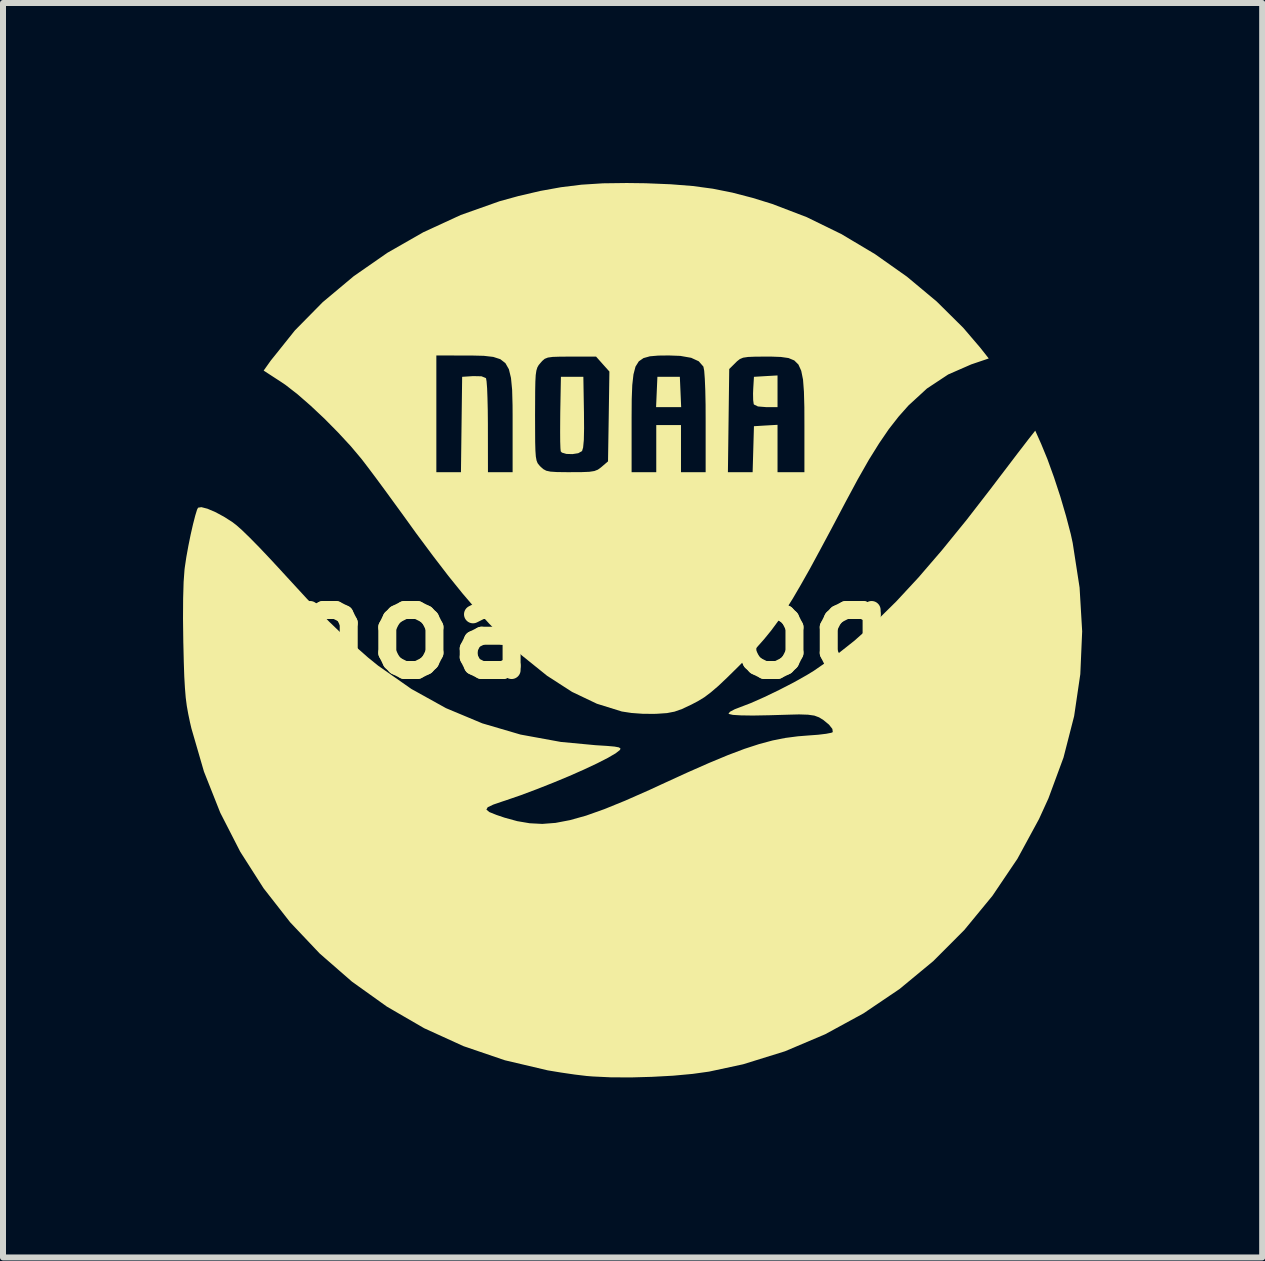
<source format=kicad_pcb>
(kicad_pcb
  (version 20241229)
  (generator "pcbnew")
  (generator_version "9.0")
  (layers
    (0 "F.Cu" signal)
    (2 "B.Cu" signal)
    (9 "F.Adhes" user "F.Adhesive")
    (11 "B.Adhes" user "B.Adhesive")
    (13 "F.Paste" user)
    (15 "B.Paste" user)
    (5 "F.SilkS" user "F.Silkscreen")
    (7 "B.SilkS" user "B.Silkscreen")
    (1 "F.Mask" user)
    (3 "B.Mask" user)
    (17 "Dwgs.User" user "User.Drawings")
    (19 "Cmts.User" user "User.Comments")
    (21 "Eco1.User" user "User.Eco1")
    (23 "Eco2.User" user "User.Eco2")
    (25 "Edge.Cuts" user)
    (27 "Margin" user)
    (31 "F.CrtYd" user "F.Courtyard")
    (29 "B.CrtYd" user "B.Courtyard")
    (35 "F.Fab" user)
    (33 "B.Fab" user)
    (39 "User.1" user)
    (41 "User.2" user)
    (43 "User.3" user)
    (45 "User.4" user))
  (footprint "noaa_logo"
    (layer "F.Cu")
    (at 7.476 7.438)
    (property "Reference" "noaa_logo" (at 0 0 0) (layer "F.SilkS") (effects (font (size 1.5 1.5) (thickness 0.3))))
    (attr board_only exclude_from_pos_files exclude_from_bom)
    (fp_poly (pts (xy 0.815 -3.956) (xy 0.826 -3.703) (xy 0.617 -3.703) (xy 0.408 -3.703) (xy 0.419 -3.956) (xy 0.43 -4.208) (xy 0.617 -4.208) (xy 0.804 -4.208)) (stroke (width 0) (type solid)) (fill yes) (layer "F.SilkS"))
    (fp_poly (pts (xy 2.432 -3.967) (xy 2.432 -3.703) (xy 2.243 -3.703) (xy 2.106 -3.714) (xy 2.04 -3.746) (xy 2.035 -3.755) (xy 2.026 -3.819) (xy 2.024 -3.929) (xy 2.027 -4.007) (xy 2.039 -4.208) (xy 2.235 -4.22) (xy 2.432 -4.231)) (stroke (width 0) (type solid)) (fill yes) (layer "F.SilkS"))
    (fp_poly (pts (xy -0.794 -3.615) (xy -0.792 -3.35) (xy -0.796 -3.156) (xy -0.808 -3.03) (xy -0.826 -2.97) (xy -0.827 -2.97) (xy -0.889 -2.935) (xy -0.986 -2.92) (xy -1.087 -2.923) (xy -1.161 -2.945) (xy -1.181 -2.966) (xy -1.186 -3.018) (xy -1.19 -3.132) (xy -1.191 -3.292) (xy -1.19 -3.485) (xy -1.189 -3.611) (xy -1.178 -4.208) (xy -0.991 -4.208) (xy -0.804 -4.208)) (stroke (width 0) (type solid)) (fill yes) (layer "F.SilkS"))
    (fp_poly (pts (xy 6.826 -3.089) (xy 6.93 -2.836) (xy 7.039 -2.535) (xy 7.146 -2.209) (xy 7.241 -1.885) (xy 7.319 -1.587) (xy 7.351 -1.44) (xy 7.466 -0.695) (xy 7.509 0.033) (xy 7.478 0.747) (xy 7.375 1.447) (xy 7.198 2.137) (xy 6.947 2.817) (xy 6.79 3.161) (xy 6.43 3.824) (xy 6.013 4.442) (xy 5.544 5.012) (xy 5.027 5.53) (xy 4.466 5.994) (xy 3.864 6.401) (xy 3.227 6.748) (xy 2.557 7.032) (xy 1.858 7.249) (xy 1.291 7.371) (xy 1.018 7.409) (xy 0.694 7.439) (xy 0.343 7.458) (xy -0.013 7.468) (xy -0.351 7.466) (xy -0.647 7.452) (xy -0.748 7.444) (xy -0.948 7.42) (xy -1.174 7.387) (xy -1.38 7.353) (xy -1.394 7.351) (xy -2.112 7.182) (xy -2.801 6.947) (xy -3.457 6.648) (xy -4.078 6.288) (xy -4.66 5.872) (xy -5.198 5.403) (xy -5.69 4.883) (xy -6.133 4.316) (xy -6.522 3.707) (xy -6.855 3.057) (xy -7.127 2.371) (xy -7.336 1.651) (xy -7.359 1.553) (xy -7.389 1.41) (xy -7.413 1.276) (xy -7.431 1.136) (xy -7.444 0.977) (xy -7.455 0.786) (xy -7.463 0.548) (xy -7.47 0.251) (xy -7.471 0.22) (xy -7.476 -0.176) (xy -7.474 -0.513) (xy -7.466 -0.788) (xy -7.451 -0.994) (xy -7.446 -1.034) (xy -7.421 -1.202) (xy -7.387 -1.389) (xy -7.349 -1.577) (xy -7.309 -1.752) (xy -7.272 -1.896) (xy -7.242 -1.994) (xy -7.225 -2.027) (xy -7.17 -2.036) (xy -7.069 -2.01) (xy -6.94 -1.955) (xy -6.798 -1.879) (xy -6.659 -1.791) (xy -6.588 -1.737) (xy -6.493 -1.653) (xy -6.36 -1.524) (xy -6.201 -1.362) (xy -6.027 -1.178) (xy -5.849 -0.986) (xy -5.81 -0.943) (xy -5.407 -0.505) (xy -5.039 -0.126) (xy -4.701 0.198) (xy -4.39 0.472) (xy -4.224 0.606) (xy -3.67 0.994) (xy -3.093 1.314) (xy -2.488 1.567) (xy -1.851 1.754) (xy -1.178 1.877) (xy -0.602 1.931) (xy -0.412 1.943) (xy -0.286 1.954) (xy -0.214 1.967) (xy -0.186 1.984) (xy -0.192 2.007) (xy -0.194 2.01) (xy -0.265 2.066) (xy -0.395 2.142) (xy -0.575 2.234) (xy -0.794 2.337) (xy -1.041 2.446) (xy -1.306 2.556) (xy -1.579 2.664) (xy -1.848 2.765) (xy -2.104 2.853) (xy -2.144 2.866) (xy -2.305 2.921) (xy -2.398 2.965) (xy -2.42 3.004) (xy -2.372 3.045) (xy -2.253 3.093) (xy -2.117 3.139) (xy -1.906 3.197) (xy -1.699 3.232) (xy -1.489 3.243) (xy -1.268 3.226) (xy -1.027 3.18) (xy -0.759 3.105) (xy -0.455 2.997) (xy -0.106 2.855) (xy 0.295 2.678) (xy 0.509 2.579) (xy 0.928 2.387) (xy 1.291 2.227) (xy 1.606 2.096) (xy 1.881 1.992) (xy 2.127 1.912) (xy 2.351 1.852) (xy 2.563 1.81) (xy 2.771 1.783) (xy 2.947 1.769) (xy 3.109 1.757) (xy 3.242 1.741) (xy 3.329 1.724) (xy 3.353 1.713) (xy 3.346 1.66) (xy 3.289 1.588) (xy 3.197 1.512) (xy 3.124 1.467) (xy 3.046 1.438) (xy 2.941 1.423) (xy 2.791 1.418) (xy 2.637 1.422) (xy 2.292 1.432) (xy 2.02 1.437) (xy 1.819 1.434) (xy 1.687 1.426) (xy 1.623 1.411) (xy 1.615 1.404) (xy 1.641 1.373) (xy 1.719 1.332) (xy 1.797 1.302) (xy 1.985 1.23) (xy 2.213 1.129) (xy 2.46 1.01) (xy 2.704 0.884) (xy 2.921 0.762) (xy 3.037 0.691) (xy 3.374 0.458) (xy 3.713 0.19) (xy 4.057 -0.116) (xy 4.412 -0.466) (xy 4.781 -0.864) (xy 5.17 -1.316) (xy 5.584 -1.825) (xy 5.981 -2.338) (xy 6.142 -2.55) (xy 6.293 -2.748) (xy 6.425 -2.922) (xy 6.533 -3.062) (xy 6.608 -3.16) (xy 6.638 -3.198) (xy 6.727 -3.311)) (stroke (width 0) (type solid)) (fill yes) (layer "F.SilkS"))
    (fp_poly (pts (xy 0.234 -7.434) (xy 0.653 -7.417) (xy 1.019 -7.388) (xy 1.354 -7.343) (xy 1.679 -7.278) (xy 2.017 -7.19) (xy 2.344 -7.089) (xy 2.919 -6.869) (xy 3.494 -6.588) (xy 4.055 -6.254) (xy 4.589 -5.877) (xy 5.084 -5.464) (xy 5.527 -5.025) (xy 5.806 -4.699) (xy 5.952 -4.514) (xy 5.66 -4.415) (xy 5.276 -4.247) (xy 4.922 -4.013) (xy 4.614 -3.73) (xy 4.449 -3.544) (xy 4.288 -3.338) (xy 4.126 -3.101) (xy 3.954 -2.825) (xy 3.768 -2.498) (xy 3.567 -2.124) (xy 3.341 -1.696) (xy 3.144 -1.328) (xy 2.973 -1.012) (xy 2.821 -0.743) (xy 2.686 -0.512) (xy 2.561 -0.313) (xy 2.443 -0.138) (xy 2.327 0.019) (xy 2.208 0.165) (xy 2.082 0.307) (xy 1.945 0.453) (xy 1.791 0.609) (xy 1.78 0.62) (xy 1.592 0.805) (xy 1.443 0.946) (xy 1.32 1.051) (xy 1.211 1.133) (xy 1.102 1.199) (xy 0.997 1.254) (xy 0.84 1.328) (xy 0.715 1.372) (xy 0.59 1.396) (xy 0.431 1.407) (xy 0.38 1.409) (xy 0.189 1.408) (xy -0.003 1.394) (xy -0.16 1.37) (xy -0.168 1.368) (xy -0.579 1.24) (xy -0.992 1.043) (xy -1.409 0.774) (xy -1.832 0.433) (xy -2.152 0.133) (xy -2.375 -0.096) (xy -2.594 -0.336) (xy -2.818 -0.598) (xy -3.053 -0.889) (xy -3.307 -1.22) (xy -3.589 -1.599) (xy -3.795 -1.885) (xy -3.953 -2.102) (xy -4.111 -2.319) (xy -4.26 -2.521) (xy -4.389 -2.693) (xy -4.487 -2.821) (xy -4.501 -2.839) (xy -4.68 -3.052) (xy -4.891 -3.28) (xy -5.118 -3.51) (xy -5.348 -3.726) (xy -5.567 -3.917) (xy -5.761 -4.068) (xy -5.831 -4.116) (xy -6.132 -4.312) (xy -6.012 -4.481) (xy -5.945 -4.564) (xy -3.254 -4.564) (xy -3.254 -3.591) (xy -3.254 -2.619) (xy -3.049 -2.619) (xy -2.844 -2.619) (xy -2.834 -3.413) (xy -2.824 -4.208) (xy -2.641 -4.22) (xy -2.502 -4.217) (xy -2.43 -4.188) (xy -2.426 -4.183) (xy -2.417 -4.132) (xy -2.408 -4.018) (xy -2.402 -3.854) (xy -2.397 -3.651) (xy -2.395 -3.422) (xy -2.395 -3.376) (xy -2.394 -2.619) (xy -2.188 -2.619) (xy -1.983 -2.619) (xy -1.983 -3.413) (xy -1.983 -3.569) (xy -1.609 -3.569) (xy -1.608 -3.311) (xy -1.607 -3.117) (xy -1.603 -2.977) (xy -1.596 -2.88) (xy -1.584 -2.814) (xy -1.567 -2.77) (xy -1.542 -2.737) (xy -1.517 -2.71) (xy -1.472 -2.67) (xy -1.422 -2.643) (xy -1.352 -2.628) (xy -1.245 -2.621) (xy -1.085 -2.619) (xy -1.014 -2.619) (xy 0 -2.619) (xy 0.206 -2.619) (xy 0.411 -2.619) (xy 0.411 -3.011) (xy 0.411 -3.404) (xy 0.617 -3.404) (xy 0.823 -3.404) (xy 0.823 -3.011) (xy 0.823 -2.619) (xy 1.029 -2.619) (xy 1.234 -2.619) (xy 1.605 -2.619) (xy 1.811 -2.619) (xy 2.017 -2.619) (xy 2.028 -3.002) (xy 2.039 -3.385) (xy 2.235 -3.397) (xy 2.432 -3.408) (xy 2.432 -3.013) (xy 2.432 -2.619) (xy 2.656 -2.619) (xy 2.88 -2.619) (xy 2.88 -3.376) (xy 2.879 -3.702) (xy 2.872 -3.961) (xy 2.857 -4.161) (xy 2.827 -4.309) (xy 2.78 -4.413) (xy 2.711 -4.481) (xy 2.615 -4.521) (xy 2.489 -4.539) (xy 2.328 -4.545) (xy 2.241 -4.545) (xy 2.061 -4.544) (xy 1.94 -4.539) (xy 1.859 -4.527) (xy 1.804 -4.504) (xy 1.757 -4.467) (xy 1.731 -4.441) (xy 1.627 -4.338) (xy 1.616 -3.478) (xy 1.605 -2.619) (xy 1.234 -2.619) (xy 1.234 -3.463) (xy 1.233 -3.744) (xy 1.228 -3.985) (xy 1.22 -4.176) (xy 1.21 -4.309) (xy 1.197 -4.376) (xy 1.196 -4.379) (xy 1.119 -4.467) (xy 0.993 -4.525) (xy 0.811 -4.557) (xy 0.621 -4.564) (xy 0.444 -4.562) (xy 0.305 -4.55) (xy 0.198 -4.52) (xy 0.12 -4.466) (xy 0.065 -4.378) (xy 0.031 -4.248) (xy 0.011 -4.07) (xy 0.002 -3.835) (xy 0.000048 -3.535) (xy 0 -3.443) (xy 0 -2.619) (xy -1.014 -2.619) (xy -0.831 -2.62) (xy -0.705 -2.625) (xy -0.621 -2.638) (xy -0.562 -2.661) (xy -0.511 -2.698) (xy -0.498 -2.709) (xy -0.393 -2.799) (xy -0.381 -3.547) (xy -0.37 -4.296) (xy -0.481 -4.42) (xy -0.592 -4.545) (xy -1.01 -4.545) (xy -1.192 -4.544) (xy -1.315 -4.54) (xy -1.395 -4.529) (xy -1.448 -4.508) (xy -1.489 -4.473) (xy -1.518 -4.44) (xy -1.549 -4.403) (xy -1.571 -4.364) (xy -1.587 -4.312) (xy -1.598 -4.237) (xy -1.604 -4.128) (xy -1.607 -3.974) (xy -1.608 -3.763) (xy -1.609 -3.569) (xy -1.983 -3.569) (xy -1.984 -3.736) (xy -1.991 -3.992) (xy -2.01 -4.189) (xy -2.045 -4.334) (xy -2.103 -4.436) (xy -2.188 -4.502) (xy -2.306 -4.54) (xy -2.462 -4.558) (xy -2.663 -4.563) (xy -2.778 -4.563) (xy -3.254 -4.564) (xy -5.945 -4.564) (xy -5.611 -4.982) (xy -5.148 -5.452) (xy -4.631 -5.885) (xy -4.07 -6.275) (xy -3.472 -6.617) (xy -2.847 -6.905) (xy -2.201 -7.134) (xy -1.889 -7.22) (xy -1.521 -7.306) (xy -1.176 -7.368) (xy -0.836 -7.41) (xy -0.477 -7.433) (xy -0.081 -7.438)) (stroke (width 0) (type solid)) (fill yes) (layer "F.SilkS")))
  (gr_rect
    (start -3 -3)
    (end 17.985 17.906)
    (stroke (width 0.1) (type default))
    (fill no)
    (layer "Edge.Cuts")))
</source>
